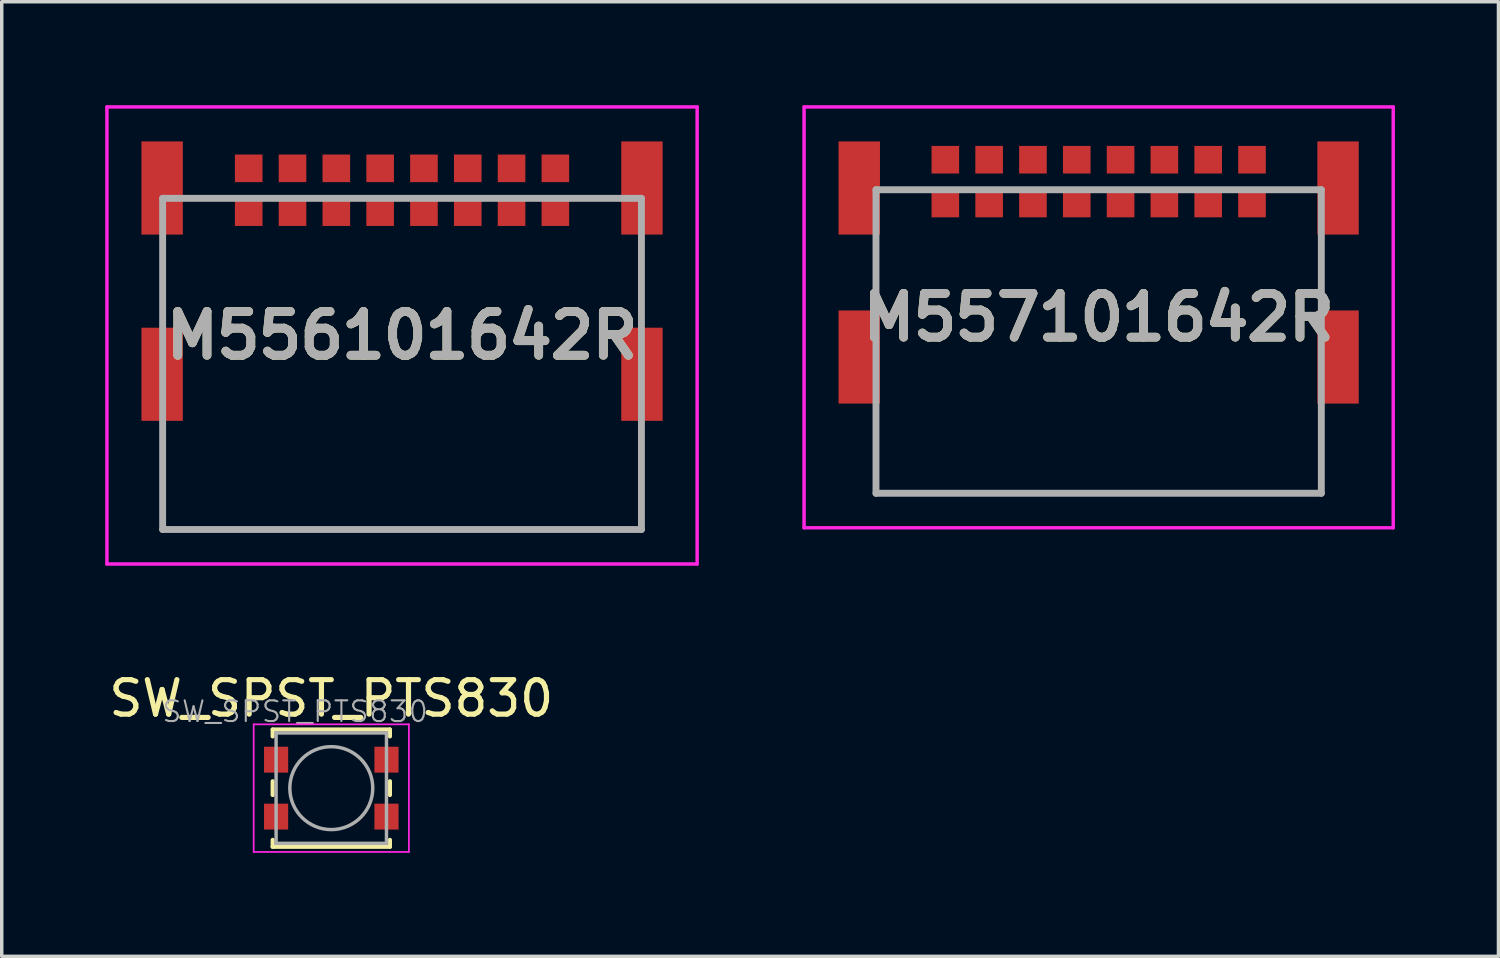
<source format=kicad_pcb>
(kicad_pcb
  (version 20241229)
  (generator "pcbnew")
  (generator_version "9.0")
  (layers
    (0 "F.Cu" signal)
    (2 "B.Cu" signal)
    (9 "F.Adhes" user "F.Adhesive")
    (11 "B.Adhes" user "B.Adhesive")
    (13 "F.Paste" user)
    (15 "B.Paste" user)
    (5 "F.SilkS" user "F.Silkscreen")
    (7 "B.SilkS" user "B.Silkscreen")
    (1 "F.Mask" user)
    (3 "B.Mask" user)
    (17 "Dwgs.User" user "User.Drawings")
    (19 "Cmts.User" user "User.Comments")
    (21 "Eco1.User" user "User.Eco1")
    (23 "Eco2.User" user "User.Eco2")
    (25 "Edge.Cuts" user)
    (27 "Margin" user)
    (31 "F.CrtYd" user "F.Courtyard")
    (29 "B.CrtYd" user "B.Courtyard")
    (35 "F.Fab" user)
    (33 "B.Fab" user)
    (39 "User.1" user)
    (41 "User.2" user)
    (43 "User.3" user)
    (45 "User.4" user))
  (footprint "M556101642R"
    (layer "F.Cu")
    (at 8.605 6.675)
    (property "Reference" "M556101642R" (at 0 0 0) (layer "F.SilkS") (effects (font (size 1.27 1.27) (thickness 0.254))))
    (attr through_hole)
    (fp_line (start -6.955 3.085) (end -6.94 5.625) (stroke (width 0.1) (type solid)) (layer "F.SilkS"))
    (fp_line (start -6.94 5.625) (end 6.955 5.625) (stroke (width 0.1) (type solid)) (layer "F.SilkS"))
    (fp_line (start 6.955 5.625) (end 6.955 3.085) (stroke (width 0.1) (type solid)) (layer "F.SilkS"))
    (fp_line (start -8.555 -6.625) (end 8.555 -6.625) (stroke (width 0.1) (type solid)) (layer "F.CrtYd"))
    (fp_line (start -8.555 6.625) (end -8.555 -6.625) (stroke (width 0.1) (type solid)) (layer "F.CrtYd"))
    (fp_line (start 8.555 -6.625) (end 8.555 6.625) (stroke (width 0.1) (type solid)) (layer "F.CrtYd"))
    (fp_line (start 8.555 6.625) (end -8.555 6.625) (stroke (width 0.1) (type solid)) (layer "F.CrtYd"))
    (fp_line (start -6.94 -3.975) (end 6.94 -3.975) (stroke (width 0.2) (type solid)) (layer "F.Fab"))
    (fp_line (start -6.94 5.625) (end -6.94 -3.975) (stroke (width 0.2) (type solid)) (layer "F.Fab"))
    (fp_line (start 6.94 -3.975) (end 6.94 5.625) (stroke (width 0.2) (type solid)) (layer "F.Fab"))
    (fp_line (start 6.94 5.625) (end -6.94 5.625) (stroke (width 0.2) (type solid)) (layer "F.Fab"))
    (fp_text user "${REFERENCE}" (at 0 0 0) (layer "F.Fab") (effects (font (size 1.27 1.27) (thickness 0.254))))
    (pad "" np_thru_hole circle (at -6.655 -1.575) (size 0.001 0.001) (drill 1.65) (layers "*.Cu" "*.Mask"))
    (pad "" np_thru_hole circle (at 6.655 -1.575) (size 0.001 0.001) (drill 1.65) (layers "*.Cu" "*.Mask"))
    (pad "1" smd rect (at -4.445 -3.575) (size 0.8 0.8) (layers "F.Cu" "F.Mask" "F.Paste"))
    (pad "2" smd rect (at -4.445 -4.845) (size 0.8 0.8) (layers "F.Cu" "F.Mask" "F.Paste"))
    (pad "3" smd rect (at -3.175 -3.575) (size 0.8 0.8) (layers "F.Cu" "F.Mask" "F.Paste"))
    (pad "4" smd rect (at -3.175 -4.845) (size 0.8 0.8) (layers "F.Cu" "F.Mask" "F.Paste"))
    (pad "5" smd rect (at -1.905 -3.575) (size 0.8 0.8) (layers "F.Cu" "F.Mask" "F.Paste"))
    (pad "6" smd rect (at -1.905 -4.845) (size 0.8 0.8) (layers "F.Cu" "F.Mask" "F.Paste"))
    (pad "7" smd rect (at -0.635 -3.575) (size 0.8 0.8) (layers "F.Cu" "F.Mask" "F.Paste"))
    (pad "8" smd rect (at -0.635 -4.845) (size 0.8 0.8) (layers "F.Cu" "F.Mask" "F.Paste"))
    (pad "9" smd rect (at 0.635 -3.575) (size 0.8 0.8) (layers "F.Cu" "F.Mask" "F.Paste"))
    (pad "10" smd rect (at 0.635 -4.845) (size 0.8 0.8) (layers "F.Cu" "F.Mask" "F.Paste"))
    (pad "11" smd rect (at 1.905 -3.575) (size 0.8 0.8) (layers "F.Cu" "F.Mask" "F.Paste"))
    (pad "12" smd rect (at 1.905 -4.845) (size 0.8 0.8) (layers "F.Cu" "F.Mask" "F.Paste"))
    (pad "13" smd rect (at 3.175 -3.575) (size 0.8 0.8) (layers "F.Cu" "F.Mask" "F.Paste"))
    (pad "14" smd rect (at 3.175 -4.845) (size 0.8 0.8) (layers "F.Cu" "F.Mask" "F.Paste"))
    (pad "15" smd rect (at 4.445 -3.575) (size 0.8 0.8) (layers "F.Cu" "F.Mask" "F.Paste"))
    (pad "16" smd rect (at 4.445 -4.845) (size 0.8 0.8) (layers "F.Cu" "F.Mask" "F.Paste"))
    (pad "MP1" smd rect (at 6.955 -4.275) (size 1.2 2.7) (layers "F.Cu" "F.Mask" "F.Paste"))
    (pad "MP2" smd rect (at 6.955 1.125) (size 1.2 2.7) (layers "F.Cu" "F.Mask" "F.Paste"))
    (pad "MP3" smd rect (at -6.955 -4.275) (size 1.2 2.7) (layers "F.Cu" "F.Mask" "F.Paste"))
    (pad "MP4" smd rect (at -6.955 1.125) (size 1.2 2.7) (layers "F.Cu" "F.Mask" "F.Paste")))
  (footprint "M557101642R"
    (layer "F.Cu")
    (at 28.8 11.25)
    (property "Reference" "M557101642R" (at 0 -5.1 0) (layer "F.SilkS") (effects (font (size 1.27 1.27) (thickness 0.254))))
    (attr through_hole)
    (fp_line (start -6.455 -2) (end -6.455 0) (stroke (width 0.1) (type solid)) (layer "F.SilkS"))
    (fp_line (start -6.455 0) (end 6.455 0) (stroke (width 0.1) (type solid)) (layer "F.SilkS"))
    (fp_line (start 6.455 0) (end 6.455 -2) (stroke (width 0.1) (type solid)) (layer "F.SilkS"))
    (fp_line (start -8.54 -11.2) (end 8.54 -11.2) (stroke (width 0.1) (type solid)) (layer "F.CrtYd"))
    (fp_line (start -8.54 1) (end -8.54 -11.2) (stroke (width 0.1) (type solid)) (layer "F.CrtYd"))
    (fp_line (start 8.54 -11.2) (end 8.54 1) (stroke (width 0.1) (type solid)) (layer "F.CrtYd"))
    (fp_line (start 8.54 1) (end -8.54 1) (stroke (width 0.1) (type solid)) (layer "F.CrtYd"))
    (fp_line (start -6.455 -8.8) (end 6.455 -8.8) (stroke (width 0.2) (type solid)) (layer "F.Fab"))
    (fp_line (start -6.455 0) (end -6.455 -8.8) (stroke (width 0.2) (type solid)) (layer "F.Fab"))
    (fp_line (start 6.455 -8.8) (end 6.455 0) (stroke (width 0.2) (type solid)) (layer "F.Fab"))
    (fp_line (start 6.455 0) (end -6.455 0) (stroke (width 0.2) (type solid)) (layer "F.Fab"))
    (fp_text user "${REFERENCE}" (at 0 -5.1 0) (layer "F.Fab") (effects (font (size 1.27 1.27) (thickness 0.254))))
    (pad "" np_thru_hole circle (at -6.655 -6.4) (size 0.001 0.001) (drill 1.65) (layers "*.Cu" "*.Mask"))
    (pad "" np_thru_hole circle (at 6.655 -6.4) (size 0.001 0.001) (drill 1.65) (layers "*.Cu" "*.Mask"))
    (pad "1" smd rect (at 4.445 -8.4 90) (size 0.8 0.8) (layers "F.Cu" "F.Mask" "F.Paste"))
    (pad "2" smd rect (at 4.445 -9.67 90) (size 0.8 0.8) (layers "F.Cu" "F.Mask" "F.Paste"))
    (pad "3" smd rect (at 3.175 -8.4 90) (size 0.8 0.8) (layers "F.Cu" "F.Mask" "F.Paste"))
    (pad "4" smd rect (at 3.175 -9.67 90) (size 0.8 0.8) (layers "F.Cu" "F.Mask" "F.Paste"))
    (pad "5" smd rect (at 1.905 -8.4 90) (size 0.8 0.8) (layers "F.Cu" "F.Mask" "F.Paste"))
    (pad "6" smd rect (at 1.905 -9.67 90) (size 0.8 0.8) (layers "F.Cu" "F.Mask" "F.Paste"))
    (pad "7" smd rect (at 0.635 -8.4 90) (size 0.8 0.8) (layers "F.Cu" "F.Mask" "F.Paste"))
    (pad "8" smd rect (at 0.635 -9.67 90) (size 0.8 0.8) (layers "F.Cu" "F.Mask" "F.Paste"))
    (pad "9" smd rect (at -0.635 -8.4 90) (size 0.8 0.8) (layers "F.Cu" "F.Mask" "F.Paste"))
    (pad "10" smd rect (at -0.635 -9.67 90) (size 0.8 0.8) (layers "F.Cu" "F.Mask" "F.Paste"))
    (pad "11" smd rect (at -1.905 -8.4 90) (size 0.8 0.8) (layers "F.Cu" "F.Mask" "F.Paste"))
    (pad "12" smd rect (at -1.905 -9.67 90) (size 0.8 0.8) (layers "F.Cu" "F.Mask" "F.Paste"))
    (pad "13" smd rect (at -3.175 -8.4 90) (size 0.8 0.8) (layers "F.Cu" "F.Mask" "F.Paste"))
    (pad "14" smd rect (at -3.175 -9.67 90) (size 0.8 0.8) (layers "F.Cu" "F.Mask" "F.Paste"))
    (pad "15" smd rect (at -4.445 -8.4 90) (size 0.8 0.8) (layers "F.Cu" "F.Mask" "F.Paste"))
    (pad "16" smd rect (at -4.445 -9.67 90) (size 0.8 0.8) (layers "F.Cu" "F.Mask" "F.Paste"))
    (pad "MP1" smd rect (at -6.94 -8.85) (size 1.2 2.7) (layers "F.Cu" "F.Mask" "F.Paste"))
    (pad "MP2" smd rect (at -6.94 -3.95) (size 1.2 2.7) (layers "F.Cu" "F.Mask" "F.Paste"))
    (pad "MP3" smd rect (at 6.94 -3.95) (size 1.2 2.7) (layers "F.Cu" "F.Mask" "F.Paste"))
    (pad "MP4" smd rect (at 6.94 -8.85) (size 1.2 2.7) (layers "F.Cu" "F.Mask" "F.Paste")))
  (footprint "SW_SPST_PTS830"
    (layer "F.Cu")
    (at 6.554 19.798)
    (property "Reference" "SW_SPST_PTS830" (at 0 -2.6 0) (layer "F.SilkS") (effects (font (size 1 1) (thickness 0.15))))
    (attr smd)
    (fp_line (start -1.7 -1.7) (end -1.7 -1.5) (stroke (width 0.12) (type solid)) (layer "F.SilkS"))
    (fp_line (start -1.7 -0.2) (end -1.7 0.2) (stroke (width 0.12) (type solid)) (layer "F.SilkS"))
    (fp_line (start -1.7 1.5) (end -1.7 1.7) (stroke (width 0.12) (type solid)) (layer "F.SilkS"))
    (fp_line (start -1.7 1.7) (end 1.7 1.7) (stroke (width 0.12) (type solid)) (layer "F.SilkS"))
    (fp_line (start 1.7 -1.7) (end -1.7 -1.7) (stroke (width 0.12) (type solid)) (layer "F.SilkS"))
    (fp_line (start 1.7 -1.5) (end 1.7 -1.7) (stroke (width 0.12) (type solid)) (layer "F.SilkS"))
    (fp_line (start 1.7 0.2) (end 1.7 -0.2) (stroke (width 0.12) (type solid)) (layer "F.SilkS"))
    (fp_line (start 1.7 1.7) (end 1.7 1.5) (stroke (width 0.12) (type solid)) (layer "F.SilkS"))
    (fp_line (start -2.25 -1.85) (end 2.25 -1.85) (stroke (width 0.05) (type solid)) (layer "F.CrtYd"))
    (fp_line (start -2.25 1.85) (end -2.25 -1.85) (stroke (width 0.05) (type solid)) (layer "F.CrtYd"))
    (fp_line (start 2.25 -1.85) (end 2.25 1.85) (stroke (width 0.05) (type solid)) (layer "F.CrtYd"))
    (fp_line (start 2.25 1.85) (end -2.25 1.85) (stroke (width 0.05) (type solid)) (layer "F.CrtYd"))
    (fp_line (start -1.6 -1.6) (end -1.6 1.6) (stroke (width 0.1) (type solid)) (layer "F.Fab"))
    (fp_line (start -1.6 1.6) (end 1.6 1.6) (stroke (width 0.1) (type solid)) (layer "F.Fab"))
    (fp_line (start 1.6 -1.6) (end -1.6 -1.6) (stroke (width 0.1) (type solid)) (layer "F.Fab"))
    (fp_line (start 1.6 1.6) (end 1.6 -1.6) (stroke (width 0.1) (type solid)) (layer "F.Fab"))
    (fp_circle (center 0 0) (end 0.85 0.85) (stroke (width 0.1) (type solid)) (fill no) (layer "F.Fab"))
    (fp_text user "${REFERENCE}" (at -1.05 -2.22 0) (layer "F.Fab") (effects (font (size 0.6 0.6) (thickness 0.06))))
    (pad "1" smd rect (at -1.6 -0.825) (size 0.7 0.75) (layers "F.Cu" "F.Mask" "F.Paste"))
    (pad "1" smd rect (at 1.6 -0.825) (size 0.7 0.75) (layers "F.Cu" "F.Mask" "F.Paste"))
    (pad "2" smd rect (at -1.6 0.825) (size 0.7 0.75) (layers "F.Cu" "F.Mask" "F.Paste"))
    (pad "2" smd rect (at 1.6 0.825) (size 0.7 0.75) (layers "F.Cu" "F.Mask" "F.Paste")))
  (gr_rect
    (start -3 -3)
    (end 40.39 24.673)
    (stroke (width 0.1) (type default))
    (fill no)
    (layer "Edge.Cuts")))
</source>
